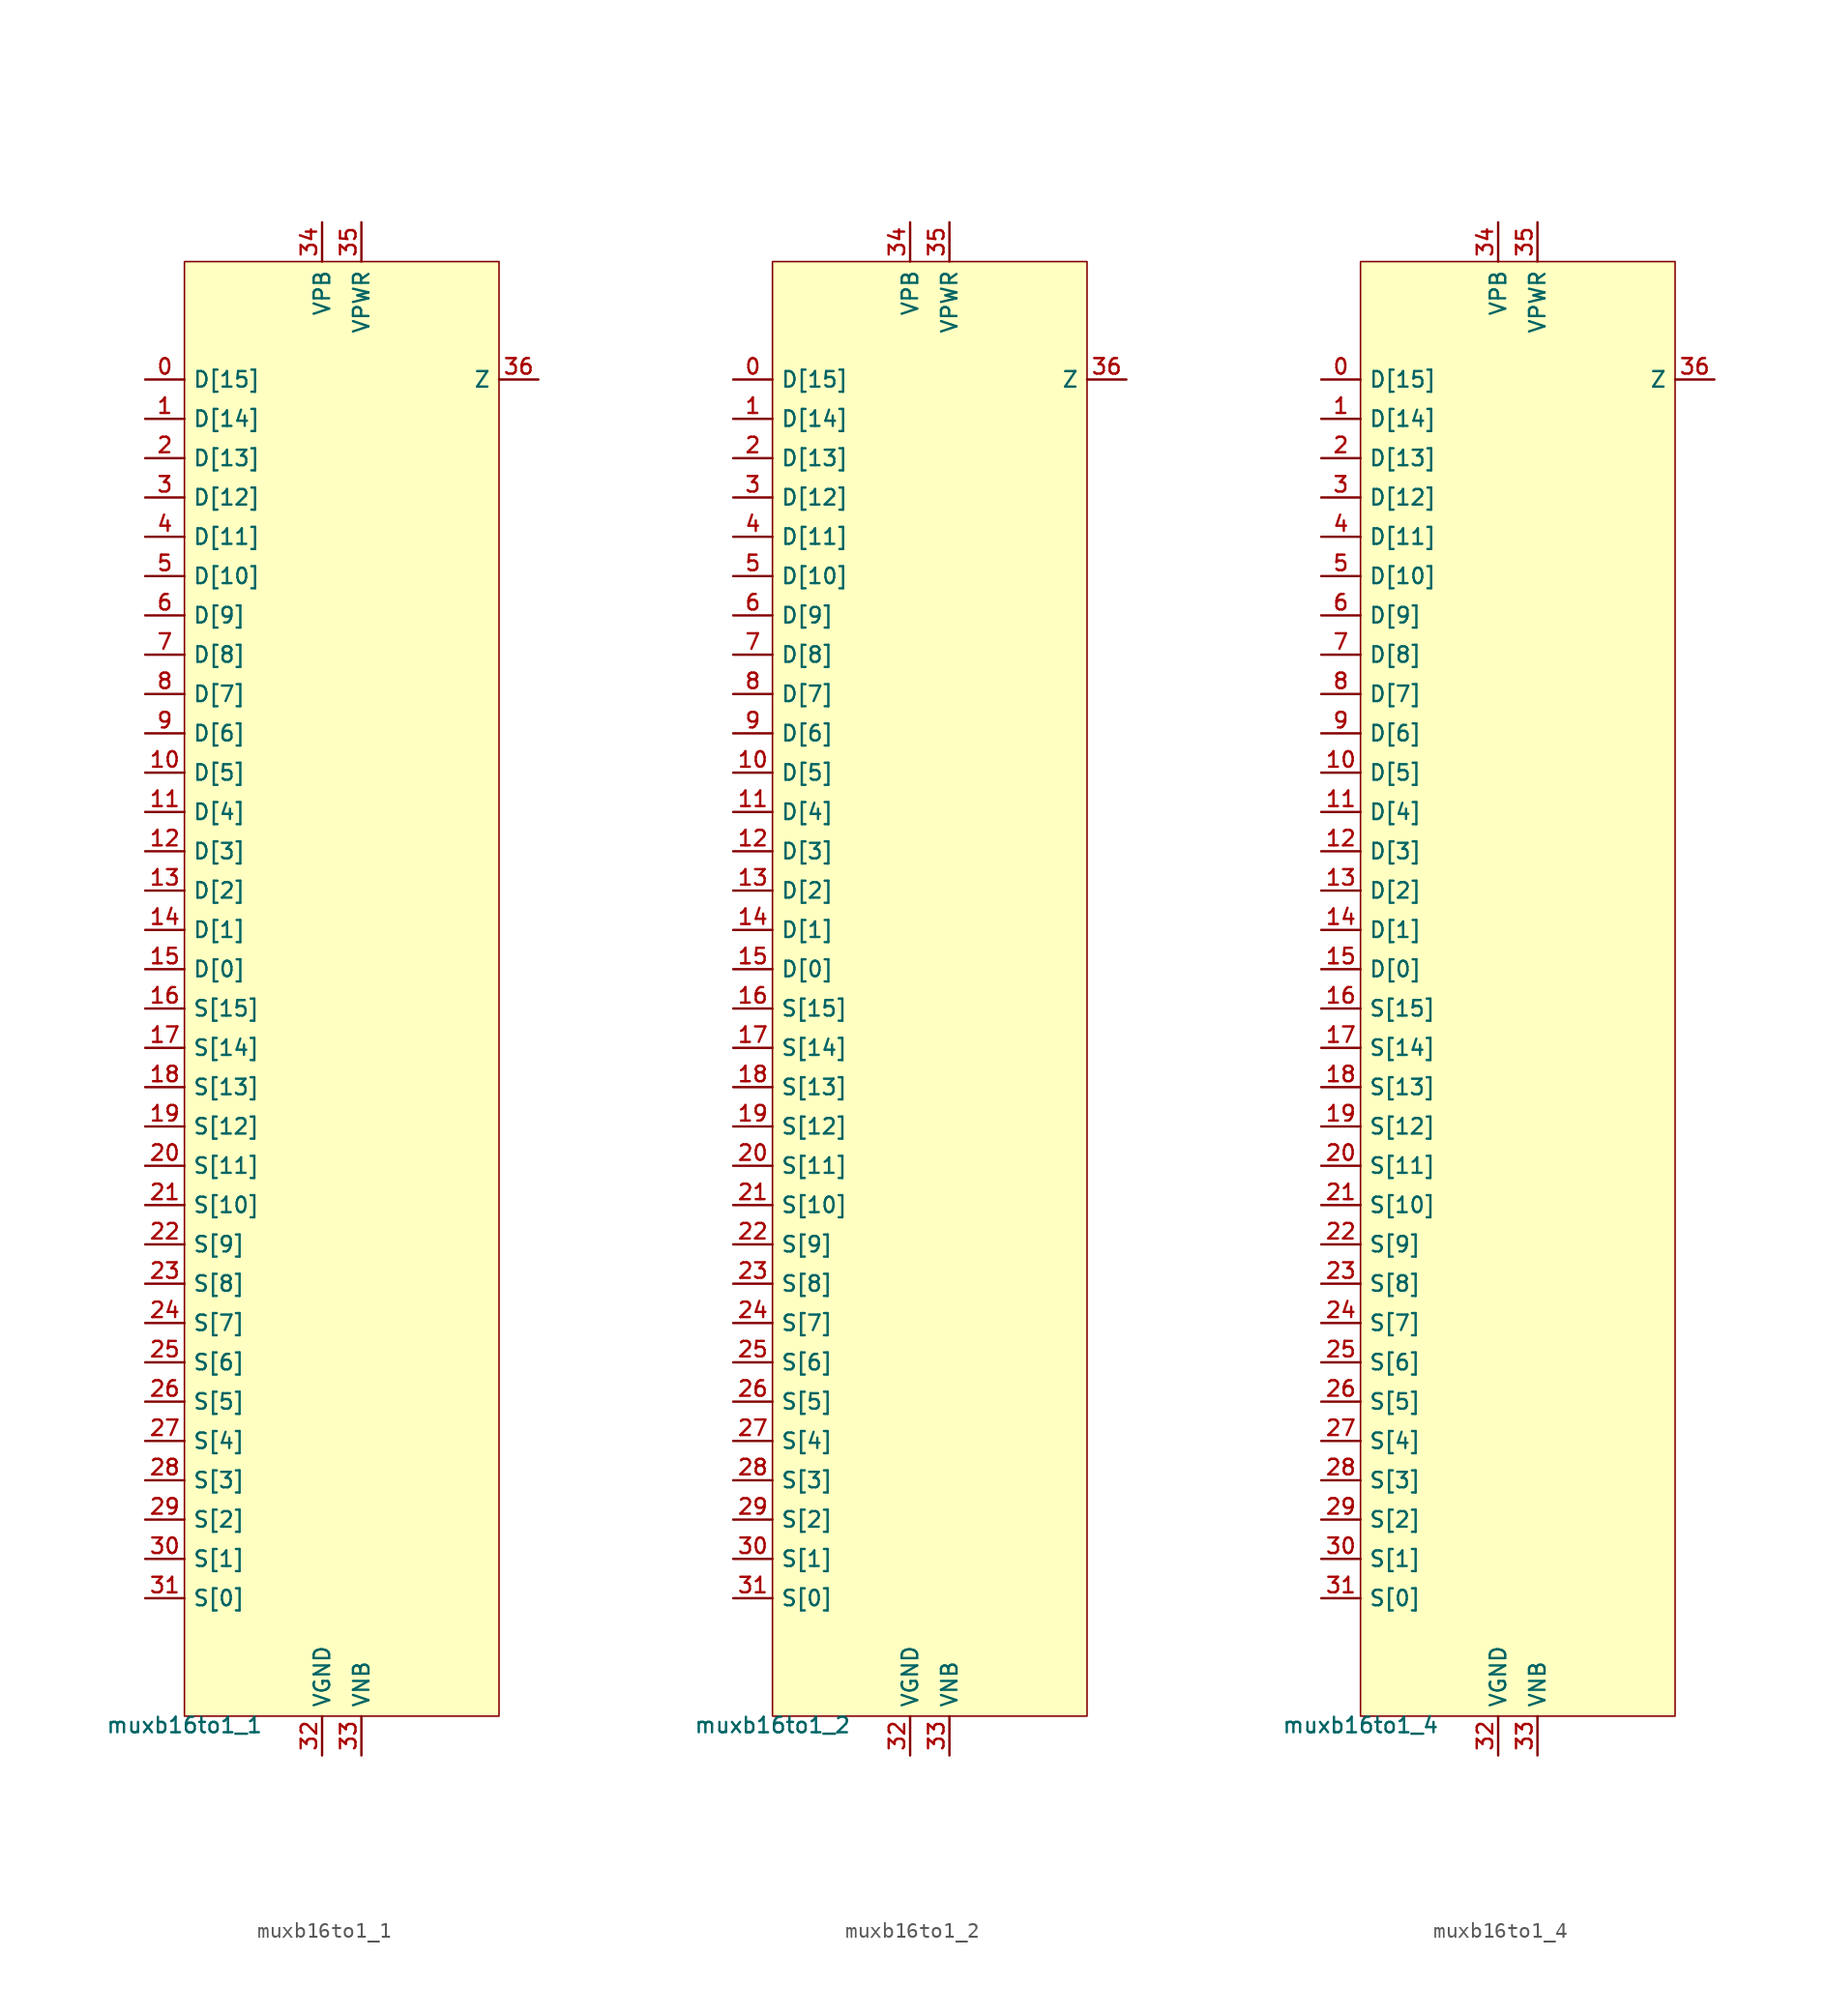
<source format=kicad_sym>
(kicad_symbol_lib
  (version 20211014)
  (generator lef2kicad_sym)
  (symbol "muxb16to1_1"
    (property "Reference" "CELL"
      (at 0 0 0)
      (effects (font (size 1 1)) hide))
    (property "Value" "muxb16to1_1"
      (at -10.16 -46.99 0)
      (effects (font (size 1 1)) (justify top)))
    (rectangle
      (start -10.16 -46.99)
      (end 10.16 46.99)
      (stroke (width 0.1) (type solid) (color 0 0 0 0))
      (fill (type background)))
    (pin input line
      (at -12.7 39.37 0)
      (length 2.54)
      (name "D[15]" (effects (font (size 1 1)) hide))
      (number "0" (effects (font (size 1 1)) hide)))
    (pin input line
      (at -12.7 36.83 0)
      (length 2.54)
      (name "D[14]" (effects (font (size 1 1)) hide))
      (number "1" (effects (font (size 1 1)) hide)))
    (pin input line
      (at -12.7 34.29 0)
      (length 2.54)
      (name "D[13]" (effects (font (size 1 1)) hide))
      (number "2" (effects (font (size 1 1)) hide)))
    (pin input line
      (at -12.7 31.75 0)
      (length 2.54)
      (name "D[12]" (effects (font (size 1 1)) hide))
      (number "3" (effects (font (size 1 1)) hide)))
    (pin input line
      (at -12.7 29.21 0)
      (length 2.54)
      (name "D[11]" (effects (font (size 1 1)) hide))
      (number "4" (effects (font (size 1 1)) hide)))
    (pin input line
      (at -12.7 26.67 0)
      (length 2.54)
      (name "D[10]" (effects (font (size 1 1)) hide))
      (number "5" (effects (font (size 1 1)) hide)))
    (pin input line
      (at -12.7 24.13 0)
      (length 2.54)
      (name "D[9]" (effects (font (size 1 1)) hide))
      (number "6" (effects (font (size 1 1)) hide)))
    (pin input line
      (at -12.7 21.59 0)
      (length 2.54)
      (name "D[8]" (effects (font (size 1 1)) hide))
      (number "7" (effects (font (size 1 1)) hide)))
    (pin input line
      (at -12.7 19.05 0)
      (length 2.54)
      (name "D[7]" (effects (font (size 1 1)) hide))
      (number "8" (effects (font (size 1 1)) hide)))
    (pin input line
      (at -12.7 16.51 0)
      (length 2.54)
      (name "D[6]" (effects (font (size 1 1)) hide))
      (number "9" (effects (font (size 1 1)) hide)))
    (pin input line
      (at -12.7 13.97 0)
      (length 2.54)
      (name "D[5]" (effects (font (size 1 1)) hide))
      (number "10" (effects (font (size 1 1)) hide)))
    (pin input line
      (at -12.7 11.43 0)
      (length 2.54)
      (name "D[4]" (effects (font (size 1 1)) hide))
      (number "11" (effects (font (size 1 1)) hide)))
    (pin input line
      (at -12.7 8.89 0)
      (length 2.54)
      (name "D[3]" (effects (font (size 1 1)) hide))
      (number "12" (effects (font (size 1 1)) hide)))
    (pin input line
      (at -12.7 6.35 0)
      (length 2.54)
      (name "D[2]" (effects (font (size 1 1)) hide))
      (number "13" (effects (font (size 1 1)) hide)))
    (pin input line
      (at -12.7 3.81 0)
      (length 2.54)
      (name "D[1]" (effects (font (size 1 1)) hide))
      (number "14" (effects (font (size 1 1)) hide)))
    (pin input line
      (at -12.7 1.27 0)
      (length 2.54)
      (name "D[0]" (effects (font (size 1 1)) hide))
      (number "15" (effects (font (size 1 1)) hide)))
    (pin input line
      (at -12.7 -1.27 0)
      (length 2.54)
      (name "S[15]" (effects (font (size 1 1)) hide))
      (number "16" (effects (font (size 1 1)) hide)))
    (pin input line
      (at -12.7 -3.81 0)
      (length 2.54)
      (name "S[14]" (effects (font (size 1 1)) hide))
      (number "17" (effects (font (size 1 1)) hide)))
    (pin input line
      (at -12.7 -6.35 0)
      (length 2.54)
      (name "S[13]" (effects (font (size 1 1)) hide))
      (number "18" (effects (font (size 1 1)) hide)))
    (pin input line
      (at -12.7 -8.89 0)
      (length 2.54)
      (name "S[12]" (effects (font (size 1 1)) hide))
      (number "19" (effects (font (size 1 1)) hide)))
    (pin input line
      (at -12.7 -11.43 0)
      (length 2.54)
      (name "S[11]" (effects (font (size 1 1)) hide))
      (number "20" (effects (font (size 1 1)) hide)))
    (pin input line
      (at -12.7 -13.97 0)
      (length 2.54)
      (name "S[10]" (effects (font (size 1 1)) hide))
      (number "21" (effects (font (size 1 1)) hide)))
    (pin input line
      (at -12.7 -16.51 0)
      (length 2.54)
      (name "S[9]" (effects (font (size 1 1)) hide))
      (number "22" (effects (font (size 1 1)) hide)))
    (pin input line
      (at -12.7 -19.05 0)
      (length 2.54)
      (name "S[8]" (effects (font (size 1 1)) hide))
      (number "23" (effects (font (size 1 1)) hide)))
    (pin input line
      (at -12.7 -21.59 0)
      (length 2.54)
      (name "S[7]" (effects (font (size 1 1)) hide))
      (number "24" (effects (font (size 1 1)) hide)))
    (pin input line
      (at -12.7 -24.13 0)
      (length 2.54)
      (name "S[6]" (effects (font (size 1 1)) hide))
      (number "25" (effects (font (size 1 1)) hide)))
    (pin input line
      (at -12.7 -26.67 0)
      (length 2.54)
      (name "S[5]" (effects (font (size 1 1)) hide))
      (number "26" (effects (font (size 1 1)) hide)))
    (pin input line
      (at -12.7 -29.21 0)
      (length 2.54)
      (name "S[4]" (effects (font (size 1 1)) hide))
      (number "27" (effects (font (size 1 1)) hide)))
    (pin input line
      (at -12.7 -31.75 0)
      (length 2.54)
      (name "S[3]" (effects (font (size 1 1)) hide))
      (number "28" (effects (font (size 1 1)) hide)))
    (pin input line
      (at -12.7 -34.29 0)
      (length 2.54)
      (name "S[2]" (effects (font (size 1 1)) hide))
      (number "29" (effects (font (size 1 1)) hide)))
    (pin input line
      (at -12.7 -36.83 0)
      (length 2.54)
      (name "S[1]" (effects (font (size 1 1)) hide))
      (number "30" (effects (font (size 1 1)) hide)))
    (pin input line
      (at -12.7 -39.37 0)
      (length 2.54)
      (name "S[0]" (effects (font (size 1 1)) hide))
      (number "31" (effects (font (size 1 1)) hide)))
    (pin power_in line
      (at -1.27 -49.53 90)
      (length 2.54)
      (name "VGND" (effects (font (size 1 1)) hide))
      (number "32" (effects (font (size 1 1)) hide)))
    (pin power_in line
      (at 1.27 -49.53 90)
      (length 2.54)
      (name "VNB" (effects (font (size 1 1)) hide))
      (number "33" (effects (font (size 1 1)) hide)))
    (pin power_in line
      (at -1.27 49.53 270)
      (length 2.54)
      (name "VPB" (effects (font (size 1 1)) hide))
      (number "34" (effects (font (size 1 1)) hide)))
    (pin power_in line
      (at 1.27 49.53 270)
      (length 2.54)
      (name "VPWR" (effects (font (size 1 1)) hide))
      (number "35" (effects (font (size 1 1)) hide)))
    (pin output line
      (at 12.7 39.37 180)
      (length 2.54)
      (name "Z" (effects (font (size 1 1)) hide))
      (number "36" (effects (font (size 1 1)) hide))))
  (symbol "muxb16to1_2"
    (property "Reference" "CELL"
      (at 0 0 0)
      (effects (font (size 1 1)) hide))
    (property "Value" "muxb16to1_2"
      (at -10.16 -46.99 0)
      (effects (font (size 1 1)) (justify top)))
    (rectangle
      (start -10.16 -46.99)
      (end 10.16 46.99)
      (stroke (width 0.1) (type solid) (color 0 0 0 0))
      (fill (type background)))
    (pin input line
      (at -12.7 39.37 0)
      (length 2.54)
      (name "D[15]" (effects (font (size 1 1)) hide))
      (number "0" (effects (font (size 1 1)) hide)))
    (pin input line
      (at -12.7 36.83 0)
      (length 2.54)
      (name "D[14]" (effects (font (size 1 1)) hide))
      (number "1" (effects (font (size 1 1)) hide)))
    (pin input line
      (at -12.7 34.29 0)
      (length 2.54)
      (name "D[13]" (effects (font (size 1 1)) hide))
      (number "2" (effects (font (size 1 1)) hide)))
    (pin input line
      (at -12.7 31.75 0)
      (length 2.54)
      (name "D[12]" (effects (font (size 1 1)) hide))
      (number "3" (effects (font (size 1 1)) hide)))
    (pin input line
      (at -12.7 29.21 0)
      (length 2.54)
      (name "D[11]" (effects (font (size 1 1)) hide))
      (number "4" (effects (font (size 1 1)) hide)))
    (pin input line
      (at -12.7 26.67 0)
      (length 2.54)
      (name "D[10]" (effects (font (size 1 1)) hide))
      (number "5" (effects (font (size 1 1)) hide)))
    (pin input line
      (at -12.7 24.13 0)
      (length 2.54)
      (name "D[9]" (effects (font (size 1 1)) hide))
      (number "6" (effects (font (size 1 1)) hide)))
    (pin input line
      (at -12.7 21.59 0)
      (length 2.54)
      (name "D[8]" (effects (font (size 1 1)) hide))
      (number "7" (effects (font (size 1 1)) hide)))
    (pin input line
      (at -12.7 19.05 0)
      (length 2.54)
      (name "D[7]" (effects (font (size 1 1)) hide))
      (number "8" (effects (font (size 1 1)) hide)))
    (pin input line
      (at -12.7 16.51 0)
      (length 2.54)
      (name "D[6]" (effects (font (size 1 1)) hide))
      (number "9" (effects (font (size 1 1)) hide)))
    (pin input line
      (at -12.7 13.97 0)
      (length 2.54)
      (name "D[5]" (effects (font (size 1 1)) hide))
      (number "10" (effects (font (size 1 1)) hide)))
    (pin input line
      (at -12.7 11.43 0)
      (length 2.54)
      (name "D[4]" (effects (font (size 1 1)) hide))
      (number "11" (effects (font (size 1 1)) hide)))
    (pin input line
      (at -12.7 8.89 0)
      (length 2.54)
      (name "D[3]" (effects (font (size 1 1)) hide))
      (number "12" (effects (font (size 1 1)) hide)))
    (pin input line
      (at -12.7 6.35 0)
      (length 2.54)
      (name "D[2]" (effects (font (size 1 1)) hide))
      (number "13" (effects (font (size 1 1)) hide)))
    (pin input line
      (at -12.7 3.81 0)
      (length 2.54)
      (name "D[1]" (effects (font (size 1 1)) hide))
      (number "14" (effects (font (size 1 1)) hide)))
    (pin input line
      (at -12.7 1.27 0)
      (length 2.54)
      (name "D[0]" (effects (font (size 1 1)) hide))
      (number "15" (effects (font (size 1 1)) hide)))
    (pin input line
      (at -12.7 -1.27 0)
      (length 2.54)
      (name "S[15]" (effects (font (size 1 1)) hide))
      (number "16" (effects (font (size 1 1)) hide)))
    (pin input line
      (at -12.7 -3.81 0)
      (length 2.54)
      (name "S[14]" (effects (font (size 1 1)) hide))
      (number "17" (effects (font (size 1 1)) hide)))
    (pin input line
      (at -12.7 -6.35 0)
      (length 2.54)
      (name "S[13]" (effects (font (size 1 1)) hide))
      (number "18" (effects (font (size 1 1)) hide)))
    (pin input line
      (at -12.7 -8.89 0)
      (length 2.54)
      (name "S[12]" (effects (font (size 1 1)) hide))
      (number "19" (effects (font (size 1 1)) hide)))
    (pin input line
      (at -12.7 -11.43 0)
      (length 2.54)
      (name "S[11]" (effects (font (size 1 1)) hide))
      (number "20" (effects (font (size 1 1)) hide)))
    (pin input line
      (at -12.7 -13.97 0)
      (length 2.54)
      (name "S[10]" (effects (font (size 1 1)) hide))
      (number "21" (effects (font (size 1 1)) hide)))
    (pin input line
      (at -12.7 -16.51 0)
      (length 2.54)
      (name "S[9]" (effects (font (size 1 1)) hide))
      (number "22" (effects (font (size 1 1)) hide)))
    (pin input line
      (at -12.7 -19.05 0)
      (length 2.54)
      (name "S[8]" (effects (font (size 1 1)) hide))
      (number "23" (effects (font (size 1 1)) hide)))
    (pin input line
      (at -12.7 -21.59 0)
      (length 2.54)
      (name "S[7]" (effects (font (size 1 1)) hide))
      (number "24" (effects (font (size 1 1)) hide)))
    (pin input line
      (at -12.7 -24.13 0)
      (length 2.54)
      (name "S[6]" (effects (font (size 1 1)) hide))
      (number "25" (effects (font (size 1 1)) hide)))
    (pin input line
      (at -12.7 -26.67 0)
      (length 2.54)
      (name "S[5]" (effects (font (size 1 1)) hide))
      (number "26" (effects (font (size 1 1)) hide)))
    (pin input line
      (at -12.7 -29.21 0)
      (length 2.54)
      (name "S[4]" (effects (font (size 1 1)) hide))
      (number "27" (effects (font (size 1 1)) hide)))
    (pin input line
      (at -12.7 -31.75 0)
      (length 2.54)
      (name "S[3]" (effects (font (size 1 1)) hide))
      (number "28" (effects (font (size 1 1)) hide)))
    (pin input line
      (at -12.7 -34.29 0)
      (length 2.54)
      (name "S[2]" (effects (font (size 1 1)) hide))
      (number "29" (effects (font (size 1 1)) hide)))
    (pin input line
      (at -12.7 -36.83 0)
      (length 2.54)
      (name "S[1]" (effects (font (size 1 1)) hide))
      (number "30" (effects (font (size 1 1)) hide)))
    (pin input line
      (at -12.7 -39.37 0)
      (length 2.54)
      (name "S[0]" (effects (font (size 1 1)) hide))
      (number "31" (effects (font (size 1 1)) hide)))
    (pin power_in line
      (at -1.27 -49.53 90)
      (length 2.54)
      (name "VGND" (effects (font (size 1 1)) hide))
      (number "32" (effects (font (size 1 1)) hide)))
    (pin power_in line
      (at 1.27 -49.53 90)
      (length 2.54)
      (name "VNB" (effects (font (size 1 1)) hide))
      (number "33" (effects (font (size 1 1)) hide)))
    (pin power_in line
      (at -1.27 49.53 270)
      (length 2.54)
      (name "VPB" (effects (font (size 1 1)) hide))
      (number "34" (effects (font (size 1 1)) hide)))
    (pin power_in line
      (at 1.27 49.53 270)
      (length 2.54)
      (name "VPWR" (effects (font (size 1 1)) hide))
      (number "35" (effects (font (size 1 1)) hide)))
    (pin output line
      (at 12.7 39.37 180)
      (length 2.54)
      (name "Z" (effects (font (size 1 1)) hide))
      (number "36" (effects (font (size 1 1)) hide))))
  (symbol "muxb16to1_4"
    (property "Reference" "CELL"
      (at 0 0 0)
      (effects (font (size 1 1)) hide))
    (property "Value" "muxb16to1_4"
      (at -10.16 -46.99 0)
      (effects (font (size 1 1)) (justify top)))
    (rectangle
      (start -10.16 -46.99)
      (end 10.16 46.99)
      (stroke (width 0.1) (type solid) (color 0 0 0 0))
      (fill (type background)))
    (pin input line
      (at -12.7 39.37 0)
      (length 2.54)
      (name "D[15]" (effects (font (size 1 1)) hide))
      (number "0" (effects (font (size 1 1)) hide)))
    (pin input line
      (at -12.7 36.83 0)
      (length 2.54)
      (name "D[14]" (effects (font (size 1 1)) hide))
      (number "1" (effects (font (size 1 1)) hide)))
    (pin input line
      (at -12.7 34.29 0)
      (length 2.54)
      (name "D[13]" (effects (font (size 1 1)) hide))
      (number "2" (effects (font (size 1 1)) hide)))
    (pin input line
      (at -12.7 31.75 0)
      (length 2.54)
      (name "D[12]" (effects (font (size 1 1)) hide))
      (number "3" (effects (font (size 1 1)) hide)))
    (pin input line
      (at -12.7 29.21 0)
      (length 2.54)
      (name "D[11]" (effects (font (size 1 1)) hide))
      (number "4" (effects (font (size 1 1)) hide)))
    (pin input line
      (at -12.7 26.67 0)
      (length 2.54)
      (name "D[10]" (effects (font (size 1 1)) hide))
      (number "5" (effects (font (size 1 1)) hide)))
    (pin input line
      (at -12.7 24.13 0)
      (length 2.54)
      (name "D[9]" (effects (font (size 1 1)) hide))
      (number "6" (effects (font (size 1 1)) hide)))
    (pin input line
      (at -12.7 21.59 0)
      (length 2.54)
      (name "D[8]" (effects (font (size 1 1)) hide))
      (number "7" (effects (font (size 1 1)) hide)))
    (pin input line
      (at -12.7 19.05 0)
      (length 2.54)
      (name "D[7]" (effects (font (size 1 1)) hide))
      (number "8" (effects (font (size 1 1)) hide)))
    (pin input line
      (at -12.7 16.51 0)
      (length 2.54)
      (name "D[6]" (effects (font (size 1 1)) hide))
      (number "9" (effects (font (size 1 1)) hide)))
    (pin input line
      (at -12.7 13.97 0)
      (length 2.54)
      (name "D[5]" (effects (font (size 1 1)) hide))
      (number "10" (effects (font (size 1 1)) hide)))
    (pin input line
      (at -12.7 11.43 0)
      (length 2.54)
      (name "D[4]" (effects (font (size 1 1)) hide))
      (number "11" (effects (font (size 1 1)) hide)))
    (pin input line
      (at -12.7 8.89 0)
      (length 2.54)
      (name "D[3]" (effects (font (size 1 1)) hide))
      (number "12" (effects (font (size 1 1)) hide)))
    (pin input line
      (at -12.7 6.35 0)
      (length 2.54)
      (name "D[2]" (effects (font (size 1 1)) hide))
      (number "13" (effects (font (size 1 1)) hide)))
    (pin input line
      (at -12.7 3.81 0)
      (length 2.54)
      (name "D[1]" (effects (font (size 1 1)) hide))
      (number "14" (effects (font (size 1 1)) hide)))
    (pin input line
      (at -12.7 1.27 0)
      (length 2.54)
      (name "D[0]" (effects (font (size 1 1)) hide))
      (number "15" (effects (font (size 1 1)) hide)))
    (pin input line
      (at -12.7 -1.27 0)
      (length 2.54)
      (name "S[15]" (effects (font (size 1 1)) hide))
      (number "16" (effects (font (size 1 1)) hide)))
    (pin input line
      (at -12.7 -3.81 0)
      (length 2.54)
      (name "S[14]" (effects (font (size 1 1)) hide))
      (number "17" (effects (font (size 1 1)) hide)))
    (pin input line
      (at -12.7 -6.35 0)
      (length 2.54)
      (name "S[13]" (effects (font (size 1 1)) hide))
      (number "18" (effects (font (size 1 1)) hide)))
    (pin input line
      (at -12.7 -8.89 0)
      (length 2.54)
      (name "S[12]" (effects (font (size 1 1)) hide))
      (number "19" (effects (font (size 1 1)) hide)))
    (pin input line
      (at -12.7 -11.43 0)
      (length 2.54)
      (name "S[11]" (effects (font (size 1 1)) hide))
      (number "20" (effects (font (size 1 1)) hide)))
    (pin input line
      (at -12.7 -13.97 0)
      (length 2.54)
      (name "S[10]" (effects (font (size 1 1)) hide))
      (number "21" (effects (font (size 1 1)) hide)))
    (pin input line
      (at -12.7 -16.51 0)
      (length 2.54)
      (name "S[9]" (effects (font (size 1 1)) hide))
      (number "22" (effects (font (size 1 1)) hide)))
    (pin input line
      (at -12.7 -19.05 0)
      (length 2.54)
      (name "S[8]" (effects (font (size 1 1)) hide))
      (number "23" (effects (font (size 1 1)) hide)))
    (pin input line
      (at -12.7 -21.59 0)
      (length 2.54)
      (name "S[7]" (effects (font (size 1 1)) hide))
      (number "24" (effects (font (size 1 1)) hide)))
    (pin input line
      (at -12.7 -24.13 0)
      (length 2.54)
      (name "S[6]" (effects (font (size 1 1)) hide))
      (number "25" (effects (font (size 1 1)) hide)))
    (pin input line
      (at -12.7 -26.67 0)
      (length 2.54)
      (name "S[5]" (effects (font (size 1 1)) hide))
      (number "26" (effects (font (size 1 1)) hide)))
    (pin input line
      (at -12.7 -29.21 0)
      (length 2.54)
      (name "S[4]" (effects (font (size 1 1)) hide))
      (number "27" (effects (font (size 1 1)) hide)))
    (pin input line
      (at -12.7 -31.75 0)
      (length 2.54)
      (name "S[3]" (effects (font (size 1 1)) hide))
      (number "28" (effects (font (size 1 1)) hide)))
    (pin input line
      (at -12.7 -34.29 0)
      (length 2.54)
      (name "S[2]" (effects (font (size 1 1)) hide))
      (number "29" (effects (font (size 1 1)) hide)))
    (pin input line
      (at -12.7 -36.83 0)
      (length 2.54)
      (name "S[1]" (effects (font (size 1 1)) hide))
      (number "30" (effects (font (size 1 1)) hide)))
    (pin input line
      (at -12.7 -39.37 0)
      (length 2.54)
      (name "S[0]" (effects (font (size 1 1)) hide))
      (number "31" (effects (font (size 1 1)) hide)))
    (pin power_in line
      (at -1.27 -49.53 90)
      (length 2.54)
      (name "VGND" (effects (font (size 1 1)) hide))
      (number "32" (effects (font (size 1 1)) hide)))
    (pin power_in line
      (at 1.27 -49.53 90)
      (length 2.54)
      (name "VNB" (effects (font (size 1 1)) hide))
      (number "33" (effects (font (size 1 1)) hide)))
    (pin power_in line
      (at -1.27 49.53 270)
      (length 2.54)
      (name "VPB" (effects (font (size 1 1)) hide))
      (number "34" (effects (font (size 1 1)) hide)))
    (pin power_in line
      (at 1.27 49.53 270)
      (length 2.54)
      (name "VPWR" (effects (font (size 1 1)) hide))
      (number "35" (effects (font (size 1 1)) hide)))
    (pin output line
      (at 12.7 39.37 180)
      (length 2.54)
      (name "Z" (effects (font (size 1 1)) hide))
      (number "36" (effects (font (size 1 1)) hide)))))
</source>
